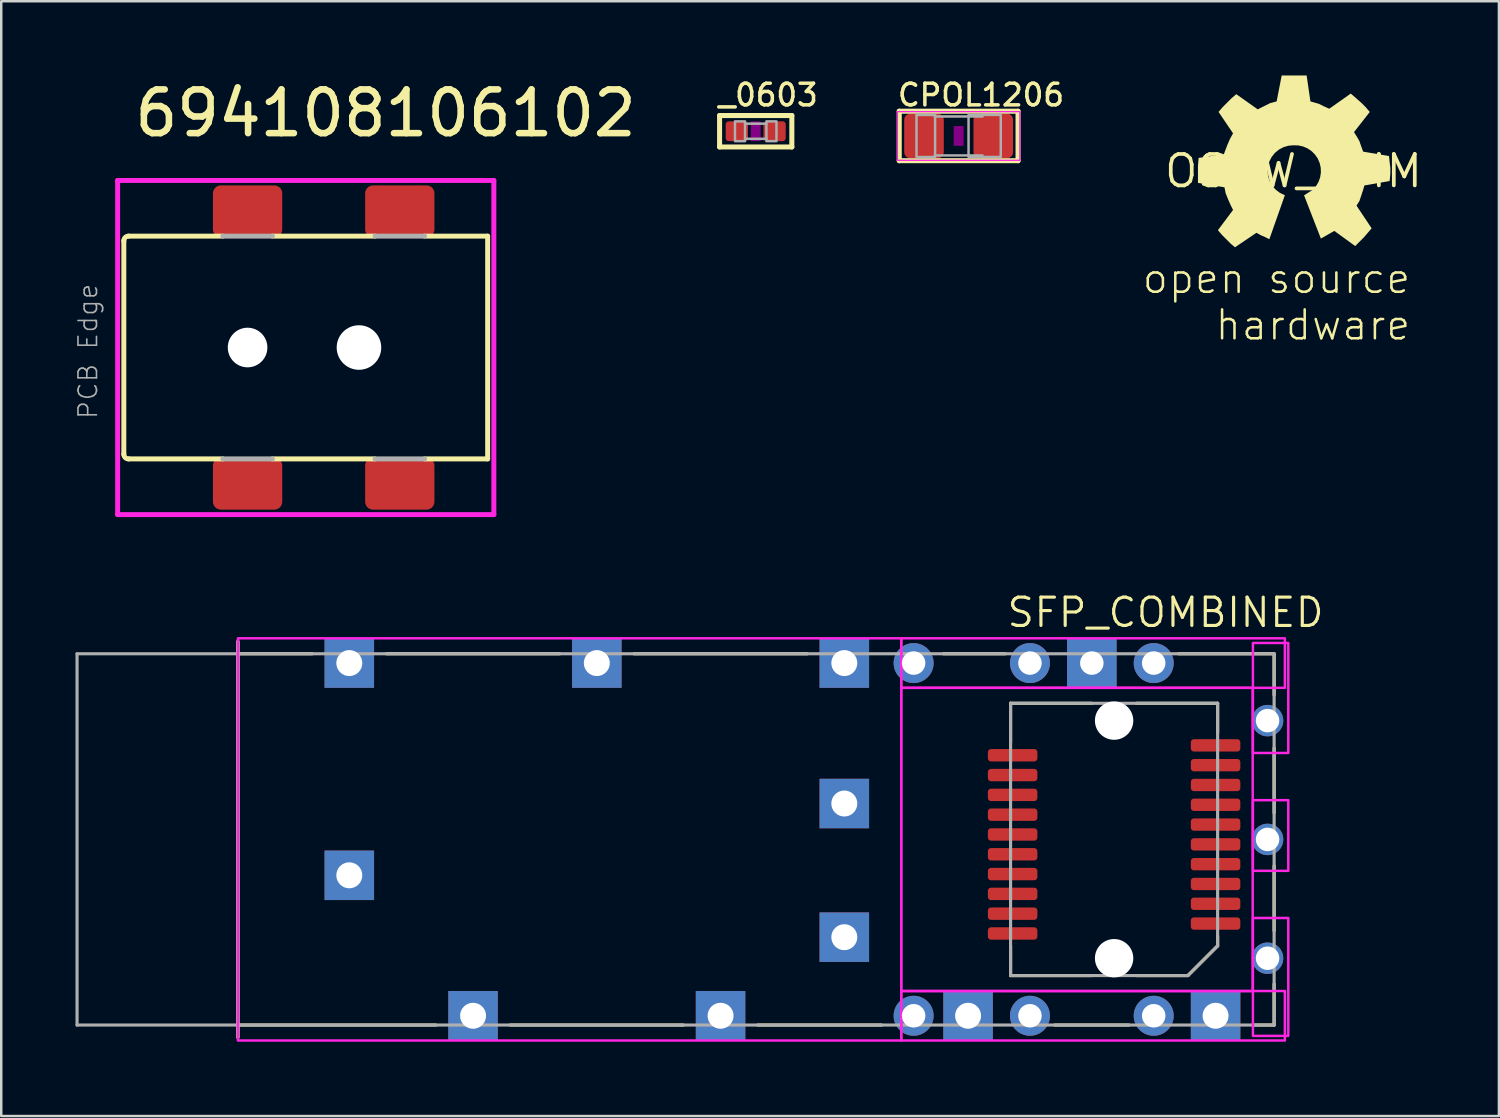
<source format=kicad_pcb>
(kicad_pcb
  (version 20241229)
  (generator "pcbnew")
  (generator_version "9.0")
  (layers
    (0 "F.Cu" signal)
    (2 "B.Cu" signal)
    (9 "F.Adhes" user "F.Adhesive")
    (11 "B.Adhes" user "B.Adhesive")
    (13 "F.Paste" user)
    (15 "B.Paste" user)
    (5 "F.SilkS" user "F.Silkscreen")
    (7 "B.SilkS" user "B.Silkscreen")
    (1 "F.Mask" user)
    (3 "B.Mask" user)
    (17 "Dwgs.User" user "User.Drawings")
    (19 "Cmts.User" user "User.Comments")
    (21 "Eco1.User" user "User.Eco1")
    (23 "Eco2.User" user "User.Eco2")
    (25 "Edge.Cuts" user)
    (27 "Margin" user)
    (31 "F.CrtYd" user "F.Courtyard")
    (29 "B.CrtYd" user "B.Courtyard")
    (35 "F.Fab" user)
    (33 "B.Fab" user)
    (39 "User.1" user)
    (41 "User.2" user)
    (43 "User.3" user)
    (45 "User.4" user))
  (footprint "OSHW_8MM"
    (layer "F.Cu")
    (at 49.212 3.861)
    (property "Reference" "OSHW_8MM" (at 0 0 0) (layer "F.SilkS") (effects (font (size 1.27 1.27) (thickness 0.15))))
    (fp_poly (pts (xy 0.683 -2.814) (xy 0.845 -2.768) (xy 1.025 -2.716) (xy 1.23 -2.614) (xy 1.445 -2.518) (xy 2.313 -3.131) (xy 2.531 -2.94) (xy 2.735 -2.762) (xy 2.914 -2.583) (xy 3.081 -2.388) (xy 2.444 -1.573) (xy 2.562 -1.385) (xy 2.665 -1.204) (xy 2.716 -1.05) (xy 2.813 -0.785) (xy 3.859 -0.606) (xy 3.886 -0.333) (xy 3.912 -0.129) (xy 3.912 0.103) (xy 3.884 0.403) (xy 2.865 0.581) (xy 2.818 0.744) (xy 2.742 0.973) (xy 2.665 1.205) (xy 2.545 1.397) (xy 3.156 2.313) (xy 2.991 2.506) (xy 2.838 2.684) (xy 2.685 2.837) (xy 2.492 3.031) (xy 1.649 2.418) (xy 1.486 2.511) (xy 1.308 2.613) (xy 1.105 2.729) (xy 0.426 0.98) (xy 0.779 0.757) (xy 0.908 0.611) (xy 1.008 0.443) (xy 1.075 0.258) (xy 1.106 0.065) (xy 1.1 -0.131) (xy 1.057 -0.323) (xy 0.98 -0.503) (xy 0.869 -0.665) (xy 0.731 -0.804) (xy 0.569 -0.914) (xy 0.389 -0.992) (xy 0.198 -1.035) (xy 0.001 -1.041) (xy -0.207 -1.023) (xy -0.405 -0.965) (xy -0.588 -0.868) (xy -0.748 -0.737) (xy -0.879 -0.576) (xy -0.975 -0.393) (xy -1.033 -0.194) (xy -1.05 0.012) (xy -1.026 0.218) (xy -0.962 0.415) (xy -0.859 0.594) (xy -0.723 0.75) (xy -0.558 0.876) (xy -0.347 0.979) (xy -0.358 1) (xy -0.976 2.753) (xy -1.154 2.665) (xy -1.332 2.588) (xy -1.497 2.494) (xy -2.364 3.08) (xy -2.532 2.94) (xy -2.71 2.761) (xy -2.889 2.583) (xy -3.055 2.389) (xy -2.443 1.572) (xy -2.538 1.382) (xy -2.64 1.153) (xy -2.742 0.896) (xy -2.79 0.657) (xy -3.861 0.479) (xy -3.861 -0.204) (xy -3.834 -0.53) (xy -2.813 -0.683) (xy -2.742 -0.873) (xy -2.665 -1.076) (xy -2.563 -1.307) (xy -2.443 -1.523) (xy -3.029 -2.389) (xy -2.863 -2.583) (xy -2.685 -2.761) (xy -2.506 -2.94) (xy -2.313 -3.106) (xy -1.446 -2.493) (xy -1.154 -2.639) (xy -0.949 -2.742) (xy -0.682 -2.814) (xy -0.478 -3.861) (xy 0.53 -3.861)) (stroke (width 0) (type default)) (fill yes) (layer "F.SilkS"))
    (fp_text user "open source\n  hardware" (at 4.801 3.658 0) (unlocked yes) (layer "F.SilkS") (effects (font (size 1.168 1.168) (thickness 0.102)) (justify right top))))
  (footprint "_0603"
    (layer "F.Cu")
    (at 27.483 2.253)
    (property "Reference" "_0603" (at -1.587 -0.953 0) (unlocked yes) (layer "F.SilkS") (effects (font (size 0.874 0.874) (thickness 0.142)) (justify left bottom)))
    (fp_line (start -1.46 -0.635) (end 1.46 -0.635) (stroke (width 0.203) (type solid)) (layer "F.SilkS"))
    (fp_line (start -1.46 0.635) (end -1.46 -0.635) (stroke (width 0.203) (type solid)) (layer "F.SilkS"))
    (fp_line (start 1.46 -0.635) (end 1.46 0.635) (stroke (width 0.203) (type solid)) (layer "F.SilkS"))
    (fp_line (start 1.46 0.635) (end -1.46 0.635) (stroke (width 0.203) (type solid)) (layer "F.SilkS"))
    (fp_poly (pts (xy -0.2 0.4) (xy 0.2 0.4) (xy 0.2 -0.4) (xy -0.2 -0.4)) (stroke (width 0) (type default)) (fill yes) (layer "F.Adhes"))
    (fp_poly (pts (xy -0.318 0) (xy -0.603 0.381) (xy -1.175 0.381) (xy -1.175 -0.381) (xy -0.603 -0.381)) (stroke (width 0) (type default)) (fill yes) (layer "F.Paste"))
    (fp_poly (pts (xy 1.175 0.381) (xy 0.603 0.381) (xy 0.318 0) (xy 0.603 -0.381) (xy 1.175 -0.381)) (stroke (width 0) (type default)) (fill yes) (layer "F.Paste"))
    (fp_line (start -0.432 0.306) (end 0.432 0.306) (stroke (width 0.102) (type solid)) (layer "F.Fab"))
    (fp_line (start 0.432 -0.306) (end -0.432 -0.306) (stroke (width 0.102) (type solid)) (layer "F.Fab"))
    (fp_poly (pts (xy -0.838 0.4) (xy -0.432 0.4) (xy -0.432 -0.4) (xy -0.838 -0.4)) (stroke (width 0.1) (type default)) (fill no) (layer "F.Fab"))
    (fp_poly (pts (xy 0.432 0.4) (xy 0.838 0.4) (xy 0.838 -0.4) (xy 0.432 -0.4)) (stroke (width 0.1) (type default)) (fill no) (layer "F.Fab"))
    (pad "1" smd roundrect (at -0.762 0) (size 0.9 0.8) (layers "F.Cu" "F.Mask") (roundrect_rratio 0.15))
    (pad "2" smd roundrect (at 0.762 0) (size 0.9 0.8) (layers "F.Cu" "F.Mask") (roundrect_rratio 0.15)))
  (footprint "CPOL1206"
    (layer "F.Cu")
    (at 35.682 2.443)
    (property "Reference" "CPOL1206" (at -2.54 -1.143 0) (unlocked yes) (layer "F.SilkS") (effects (font (size 0.874 0.874) (thickness 0.142)) (justify left bottom)))
    (fp_line (start -2.4 -1) (end 2.4 -1) (stroke (width 0.203) (type solid)) (layer "F.SilkS"))
    (fp_line (start -2.4 1) (end -2.4 -1) (stroke (width 0.203) (type solid)) (layer "F.SilkS"))
    (fp_line (start 2.4 -1) (end 2.4 1) (stroke (width 0.203) (type solid)) (layer "F.SilkS"))
    (fp_line (start 2.4 1) (end -2.4 1) (stroke (width 0.203) (type solid)) (layer "F.SilkS"))
    (fp_poly (pts (xy -0.2 0.4) (xy 0.2 0.4) (xy 0.2 -0.4) (xy -0.2 -0.4)) (stroke (width 0) (type default)) (fill yes) (layer "F.Adhes"))
    (fp_poly (pts (xy -0.531 0) (xy -1.109 0.867) (xy -2.137 0.867) (xy -2.137 -0.867) (xy -1.109 -0.867)) (stroke (width 0) (type default)) (fill yes) (layer "F.Paste"))
    (fp_poly (pts (xy 2.137 0.867) (xy 1.109 0.867) (xy 0.531 0) (xy 1.109 -0.867) (xy 2.137 -0.867)) (stroke (width 0) (type default)) (fill yes) (layer "F.Paste"))
    (fp_line (start -2.473 -0.983) (end 2.473 -0.983) (stroke (width 0.051) (type solid)) (layer "F.CrtYd"))
    (fp_line (start -2.473 0.983) (end -2.473 -0.983) (stroke (width 0.051) (type solid)) (layer "F.CrtYd"))
    (fp_line (start 2.473 -0.983) (end 2.473 0.983) (stroke (width 0.051) (type solid)) (layer "F.CrtYd"))
    (fp_line (start 2.473 0.983) (end -2.473 0.983) (stroke (width 0.051) (type solid)) (layer "F.CrtYd"))
    (fp_line (start -0.965 -0.787) (end 0.965 -0.787) (stroke (width 0.102) (type solid)) (layer "F.Fab"))
    (fp_line (start -0.965 0.787) (end 0.965 0.787) (stroke (width 0.102) (type solid)) (layer "F.Fab"))
    (fp_poly (pts (xy -1.702 0.851) (xy -0.952 0.851) (xy -0.952 -0.849) (xy -1.702 -0.849)) (stroke (width 0.1) (type default)) (fill no) (layer "F.Fab"))
    (fp_poly (pts (xy 0.4 0.849) (xy 1.702 0.849) (xy 1.702 -0.851) (xy 0.4 -0.851)) (stroke (width 0.1) (type default)) (fill no) (layer "F.Fab"))
    (pad "+" smd roundrect (at 1.4 0) (size 1.6 1.8) (layers "F.Cu" "F.Mask") (roundrect_rratio 0.15))
    (pad "-" smd roundrect (at -1.4 0) (size 1.6 1.8) (layers "F.Cu" "F.Mask") (roundrect_rratio 0.15)))
  (footprint "SFP_COMBINED"
    (layer "F.Cu")
    (at 41.063 30.865)
    (property "Reference" "SFP_COMBINED" (at -3.5 -8.5 0) (unlocked yes) (layer "F.SilkS") (effects (font (size 1.143 1.143) (thickness 0.127)) (justify left bottom)))
    (fp_line (start -34.5 -8) (end -34.5 8) (stroke (width 0.127) (type solid)) (layer "F.SilkS"))
    (fp_line (start -34.5 7.5) (end -26.5 7.5) (stroke (width 0.127) (type solid)) (layer "F.SilkS"))
    (fp_line (start -31.5 -7.5) (end -34.5 -7.5) (stroke (width 0.127) (type solid)) (layer "F.SilkS"))
    (fp_line (start -23.5 7.5) (end -16.5 7.5) (stroke (width 0.127) (type solid)) (layer "F.SilkS"))
    (fp_line (start -21.5 -7.5) (end -28.5 -7.5) (stroke (width 0.127) (type solid)) (layer "F.SilkS"))
    (fp_line (start -13.5 7.5) (end -8.5 7.5) (stroke (width 0.127) (type solid)) (layer "F.SilkS"))
    (fp_line (start -11.5 -7.5) (end -18.5 -7.5) (stroke (width 0.127) (type solid)) (layer "F.SilkS"))
    (fp_line (start -3.5 -7.5) (end -6 -7.5) (stroke (width 0.127) (type solid)) (layer "F.SilkS"))
    (fp_line (start -3.283 -5.5) (end 0 -5.5) (stroke (width 0.127) (type solid)) (layer "F.SilkS"))
    (fp_line (start -3.283 -3.9) (end -3.283 -5.5) (stroke (width 0.127) (type solid)) (layer "F.SilkS"))
    (fp_line (start -3.283 4.3) (end -3.283 5.5) (stroke (width 0.127) (type solid)) (layer "F.SilkS"))
    (fp_line (start -3.283 5.5) (end 0 5.5) (stroke (width 0.127) (type solid)) (layer "F.SilkS"))
    (fp_line (start -1.5 7.5) (end 1.5 7.5) (stroke (width 0.127) (type solid)) (layer "F.SilkS"))
    (fp_line (start 1.8 -5.5) (end 5.082 -5.5) (stroke (width 0.127) (type solid)) (layer "F.SilkS"))
    (fp_line (start 1.8 5.5) (end 3.882 5.5) (stroke (width 0.127) (type solid)) (layer "F.SilkS"))
    (fp_line (start 3.882 5.5) (end 5.082 4.3) (stroke (width 0.127) (type solid)) (layer "F.SilkS"))
    (fp_line (start 5.082 -5.5) (end 5.082 -4.3) (stroke (width 0.127) (type solid)) (layer "F.SilkS"))
    (fp_line (start 5.082 4.3) (end 5.082 3.9) (stroke (width 0.127) (type solid)) (layer "F.SilkS"))
    (fp_line (start 6.5 7.5) (end 7.365 7.5) (stroke (width 0.127) (type solid)) (layer "F.SilkS"))
    (fp_line (start 7.365 -7.5) (end 3.5 -7.5) (stroke (width 0.127) (type solid)) (layer "F.SilkS"))
    (fp_line (start 7.365 -5.835) (end 7.365 -7.5) (stroke (width 0.127) (type solid)) (layer "F.SilkS"))
    (fp_line (start 7.365 -1.073) (end 7.365 -3.69) (stroke (width 0.127) (type solid)) (layer "F.SilkS"))
    (fp_line (start 7.365 3.69) (end 7.365 1.073) (stroke (width 0.127) (type solid)) (layer "F.SilkS"))
    (fp_line (start 7.365 7.5) (end 7.365 5.835) (stroke (width 0.127) (type solid)) (layer "F.SilkS"))
    (fp_poly (pts (xy -34.5 8.125) (xy -7.7 8.125) (xy -7.7 -8.125) (xy -34.5 -8.125)) (stroke (width 0.1) (type default)) (fill no) (layer "F.CrtYd"))
    (fp_poly (pts (xy -7.7 -6.125) (xy 7.8 -6.125) (xy 7.8 -8.125) (xy -7.7 -8.125)) (stroke (width 0.1) (type default)) (fill no) (layer "F.CrtYd"))
    (fp_poly (pts (xy -7.7 6.125) (xy 6.5 6.125) (xy 6.5 -6.125) (xy -7.7 -6.125)) (stroke (width 0.1) (type default)) (fill no) (layer "F.CrtYd"))
    (fp_poly (pts (xy -7.7 8.125) (xy 7.8 8.125) (xy 7.8 6.125) (xy -7.7 6.125)) (stroke (width 0.1) (type default)) (fill no) (layer "F.CrtYd"))
    (fp_poly (pts (xy 6.509 -3.493) (xy 7.938 -3.493) (xy 7.938 -7.938) (xy 6.509 -7.938)) (stroke (width 0.1) (type default)) (fill no) (layer "F.CrtYd"))
    (fp_poly (pts (xy 6.509 1.27) (xy 7.938 1.27) (xy 7.938 -1.587) (xy 6.509 -1.587)) (stroke (width 0.1) (type default)) (fill no) (layer "F.CrtYd"))
    (fp_poly (pts (xy 6.509 7.938) (xy 7.938 7.938) (xy 7.938 3.175) (xy 6.509 3.175)) (stroke (width 0.1) (type default)) (fill no) (layer "F.CrtYd"))
    (fp_line (start -41 -7.5) (end -41 7.5) (stroke (width 0.127) (type solid)) (layer "F.Fab"))
    (fp_line (start -41 7.5) (end 7.365 7.5) (stroke (width 0.127) (type solid)) (layer "F.Fab"))
    (fp_line (start -34.5 -8) (end -34.5 8) (stroke (width 0.127) (type solid)) (layer "F.Fab"))
    (fp_line (start -3.283 -5.5) (end -3.283 5.5) (stroke (width 0.127) (type solid)) (layer "F.Fab"))
    (fp_line (start -3.283 -5.5) (end 5.082 -5.5) (stroke (width 0.127) (type solid)) (layer "F.Fab"))
    (fp_line (start -3.283 5.5) (end 3.882 5.5) (stroke (width 0.127) (type solid)) (layer "F.Fab"))
    (fp_line (start 5.082 -5.5) (end 5.082 4.3) (stroke (width 0.127) (type solid)) (layer "F.Fab"))
    (fp_line (start 5.082 4.3) (end 3.882 5.5) (stroke (width 0.127) (type solid)) (layer "F.Fab"))
    (fp_line (start 7.365 -7.5) (end -41 -7.5) (stroke (width 0.127) (type solid)) (layer "F.Fab"))
    (fp_line (start 7.365 7.5) (end 7.365 -7.5) (stroke (width 0.127) (type solid)) (layer "F.Fab"))
    (pad "" np_thru_hole circle (at 0.9 -4.8) (size 1.55 1.55) (drill 1.55) (layers "*.Cu" "*.Mask"))
    (pad "" np_thru_hole circle (at 0.9 4.8) (size 1.55 1.55) (drill 1.55) (layers "*.Cu" "*.Mask"))
    (pad "1" smd roundrect (at -3.2 -3.4) (size 2 0.5) (layers "F.Cu" "F.Mask" "F.Paste") (roundrect_rratio 0.25))
    (pad "2" smd roundrect (at -3.2 -2.6) (size 2 0.5) (layers "F.Cu" "F.Mask" "F.Paste") (roundrect_rratio 0.25))
    (pad "3" smd roundrect (at -3.2 -1.8) (size 2 0.5) (layers "F.Cu" "F.Mask" "F.Paste") (roundrect_rratio 0.25))
    (pad "4" smd roundrect (at -3.2 -1) (size 2 0.5) (layers "F.Cu" "F.Mask" "F.Paste") (roundrect_rratio 0.25))
    (pad "5" smd roundrect (at -3.2 -0.2) (size 2 0.5) (layers "F.Cu" "F.Mask" "F.Paste") (roundrect_rratio 0.25))
    (pad "6" smd roundrect (at -3.2 0.6) (size 2 0.5) (layers "F.Cu" "F.Mask" "F.Paste") (roundrect_rratio 0.25))
    (pad "7" smd roundrect (at -3.2 1.4) (size 2 0.5) (layers "F.Cu" "F.Mask" "F.Paste") (roundrect_rratio 0.25))
    (pad "8" smd roundrect (at -3.2 2.2) (size 2 0.5) (layers "F.Cu" "F.Mask" "F.Paste") (roundrect_rratio 0.25))
    (pad "9" smd roundrect (at -3.2 3) (size 2 0.5) (layers "F.Cu" "F.Mask" "F.Paste") (roundrect_rratio 0.25))
    (pad "10" smd roundrect (at -3.2 3.8) (size 2 0.5) (layers "F.Cu" "F.Mask" "F.Paste") (roundrect_rratio 0.25))
    (pad "11" smd roundrect (at 5 3.4) (size 2 0.5) (layers "F.Cu" "F.Mask" "F.Paste") (roundrect_rratio 0.25))
    (pad "12" smd roundrect (at 5 2.6) (size 2 0.5) (layers "F.Cu" "F.Mask" "F.Paste") (roundrect_rratio 0.25))
    (pad "13" smd roundrect (at 5 1.8) (size 2 0.5) (layers "F.Cu" "F.Mask" "F.Paste") (roundrect_rratio 0.25))
    (pad "14" smd roundrect (at 5 1) (size 2 0.5) (layers "F.Cu" "F.Mask" "F.Paste") (roundrect_rratio 0.25))
    (pad "15" smd roundrect (at 5 0.2) (size 2 0.5) (layers "F.Cu" "F.Mask" "F.Paste") (roundrect_rratio 0.25))
    (pad "16" smd roundrect (at 5 -0.6) (size 2 0.5) (layers "F.Cu" "F.Mask" "F.Paste") (roundrect_rratio 0.25))
    (pad "17" smd roundrect (at 5 -1.4) (size 2 0.5) (layers "F.Cu" "F.Mask" "F.Paste") (roundrect_rratio 0.25))
    (pad "18" smd roundrect (at 5 -2.2) (size 2 0.5) (layers "F.Cu" "F.Mask" "F.Paste") (roundrect_rratio 0.25))
    (pad "19" smd roundrect (at 5 -3) (size 2 0.5) (layers "F.Cu" "F.Mask" "F.Paste") (roundrect_rratio 0.25))
    (pad "20" smd roundrect (at 5 -3.8) (size 2 0.5) (layers "F.Cu" "F.Mask" "F.Paste") (roundrect_rratio 0.25))
    (pad "A1" thru_hole rect (at -30 -7.125) (size 2 2) (drill 1.05) (layers "*.Cu" "*.Mask"))
    (pad "A2" thru_hole rect (at -20 -7.125) (size 2 2) (drill 1.05) (layers "*.Cu" "*.Mask"))
    (pad "A3" thru_hole rect (at -10 -7.125) (size 2 2) (drill 1.05) (layers "*.Cu" "*.Mask"))
    (pad "A4" thru_hole rect (at 0 -7.125) (size 2 2) (drill 0.95) (layers "*.Cu" "*.Mask"))
    (pad "A5" thru_hole rect (at -25 7.125) (size 2 2) (drill 1.05) (layers "*.Cu" "*.Mask"))
    (pad "A6" thru_hole rect (at -15 7.125) (size 2 2) (drill 1.05) (layers "*.Cu" "*.Mask"))
    (pad "A7" thru_hole rect (at -5 7.125) (size 2 2) (drill 1.05) (layers "*.Cu" "*.Mask"))
    (pad "A8" thru_hole rect (at 5 7.125) (size 2 2) (drill 1.05) (layers "*.Cu" "*.Mask"))
    (pad "A10" thru_hole rect (at -30 1.45) (size 2 2) (drill 1.05) (layers "*.Cu" "*.Mask"))
    (pad "A11" thru_hole rect (at -10 -1.45) (size 2 2) (drill 1.05) (layers "*.Cu" "*.Mask"))
    (pad "A12" thru_hole rect (at -10 3.95) (size 2 2) (drill 1.05) (layers "*.Cu" "*.Mask"))
    (pad "B1" thru_hole circle (at -7.2 -7.125) (size 1.615 1.615) (drill 0.95) (layers "*.Cu" "*.Mask"))
    (pad "B2" thru_hole circle (at -2.5 -7.125) (size 1.615 1.615) (drill 0.95) (layers "*.Cu" "*.Mask"))
    (pad "B3" thru_hole circle (at 2.5 -7.125) (size 1.615 1.615) (drill 0.95) (layers "*.Cu" "*.Mask"))
    (pad "B4" thru_hole circle (at 7.1 -4.8) (size 1.27 1.27) (drill 0.95) (layers "*.Cu" "*.Mask"))
    (pad "B5" thru_hole circle (at 7.1 0) (size 1.27 1.27) (drill 0.95) (layers "*.Cu" "*.Mask"))
    (pad "B6" thru_hole circle (at 7.1 4.8) (size 1.27 1.27) (drill 0.95) (layers "*.Cu" "*.Mask"))
    (pad "B7" thru_hole circle (at 2.5 7.125) (size 1.615 1.615) (drill 0.95) (layers "*.Cu" "*.Mask"))
    (pad "B8" thru_hole circle (at -2.5 7.125) (size 1.615 1.615) (drill 0.95) (layers "*.Cu" "*.Mask"))
    (pad "B10" thru_hole circle (at -7.2 7.125) (size 1.615 1.615) (drill 0.95) (layers "*.Cu" "*.Mask"))
    (zone (net_name "") (layer "F.Cu") (hatch edge 0.5) (connect_pads) (min_thickness 0.25) (filled_areas_thickness no) (keepout (tracks not_allowed) (vias not_allowed) (pads not_allowed) (copperpour not_allowed) (footprints allowed)) (placement (enabled no)) (fill) (polygon (pts (xy 37.76 36.297) (xy 40.632 36.297) (xy 40.632 35.172) (xy 37.76 35.172))))
    (zone (net_name "") (layer "F.Cu") (hatch edge 0.5) (connect_pads) (min_thickness 0.25) (filled_areas_thickness no) (keepout (tracks not_allowed) (vias not_allowed) (pads not_allowed) (copperpour not_allowed) (footprints allowed)) (placement (enabled no)) (fill) (polygon (pts (xy 40.632 25.432) (xy 37.76 25.432) (xy 37.76 26.557) (xy 40.632 26.557))))
    (zone (net_name "") (layer "F.Cu") (hatch edge 0.5) (connect_pads) (min_thickness 0.25) (filled_areas_thickness no) (keepout (tracks not_allowed) (vias not_allowed) (pads not_allowed) (copperpour not_allowed) (footprints allowed)) (placement (enabled no)) (fill) (polygon (pts (xy 43.316 36.297) (xy 45.712 36.297) (xy 45.712 35.172) (xy 43.316 35.172))))
    (zone (net_name "") (layer "F.Cu") (hatch edge 0.5) (connect_pads) (min_thickness 0.25) (filled_areas_thickness no) (keepout (tracks not_allowed) (vias not_allowed) (pads not_allowed) (copperpour not_allowed) (footprints allowed)) (placement (enabled no)) (fill) (polygon (pts (xy 46.188 25.432) (xy 43.316 25.432) (xy 43.316 26.557) (xy 46.188 26.557)))))
  (footprint "694108106102"
    (layer "F.Cu")
    (at 1.953 10.991)
    (property "Reference" "694108106102" (at 0.3 -8.431 0) (unlocked yes) (layer "F.SilkS") (effects (font (size 1.768 1.768) (thickness 0.264)) (justify left bottom)))
    (fp_line (start 0 4.31) (end 0 -4.31) (stroke (width 0.2) (type solid)) (layer "F.SilkS"))
    (fp_line (start 0.19 -4.5) (end 4 -4.5) (stroke (width 0.2) (type solid)) (layer "F.SilkS"))
    (fp_line (start 0.19 4.5) (end 4 4.5) (stroke (width 0.2) (type solid)) (layer "F.SilkS"))
    (fp_line (start 6 -4.5) (end 10.15 -4.5) (stroke (width 0.2) (type solid)) (layer "F.SilkS"))
    (fp_line (start 6 4.5) (end 10.15 4.5) (stroke (width 0.2) (type solid)) (layer "F.SilkS"))
    (fp_line (start 12.15 -4.5) (end 14.7 -4.5) (stroke (width 0.2) (type solid)) (layer "F.SilkS"))
    (fp_line (start 12.15 4.5) (end 14.7 4.5) (stroke (width 0.2) (type solid)) (layer "F.SilkS"))
    (fp_line (start 14.7 4.5) (end 14.7 -4.5) (stroke (width 0.2) (type solid)) (layer "F.SilkS"))
    (fp_arc (start 0.000012 -4.29982) (mid 0.054792 -4.444983) (end 0.199859 -4.500018) (stroke (width 0.2) (type solid)) (layer "F.SilkS"))
    (fp_arc (start 0.200187 4.499996) (mid 0.055025 4.445215) (end -0.000009 4.30015) (stroke (width 0.2) (type solid)) (layer "F.SilkS"))
    (fp_line (start -0.25 -6.75) (end -0.25 6.75) (stroke (width 0.2) (type solid)) (layer "F.CrtYd"))
    (fp_line (start -0.25 -6.75) (end 14.95 -6.75) (stroke (width 0.2) (type solid)) (layer "F.CrtYd"))
    (fp_line (start -0.25 6.75) (end 14.95 6.75) (stroke (width 0.2) (type solid)) (layer "F.CrtYd"))
    (fp_line (start 14.95 -6.75) (end 14.95 6.75) (stroke (width 0.2) (type solid)) (layer "F.CrtYd"))
    (fp_line (start 4 -4.5) (end 6 -4.5) (stroke (width 0.2) (type solid)) (layer "F.Fab"))
    (fp_line (start 4 4.5) (end 6 4.5) (stroke (width 0.2) (type solid)) (layer "F.Fab"))
    (fp_line (start 10.15 -4.5) (end 12.15 -4.5) (stroke (width 0.2) (type solid)) (layer "F.Fab"))
    (fp_line (start 10.15 4.5) (end 12.15 4.5) (stroke (width 0.2) (type solid)) (layer "F.Fab"))
    (fp_text user "PCB Edge" (at -1.01 2.94 90) (unlocked yes) (layer "F.Fab") (effects (font (size 0.748 0.748) (thickness 0.065)) (justify left bottom)))
    (pad "" np_thru_hole circle (at 5 0) (size 1.6 1.6) (drill 1.6) (layers "*.Cu" "*.Mask"))
    (pad "" np_thru_hole circle (at 9.5 0) (size 1.8 1.8) (drill 1.8) (layers "*.Cu" "*.Mask"))
    (pad "1" smd roundrect (at 11.15 -5.5) (size 2.8 2.1) (layers "F.Cu" "F.Mask" "F.Paste") (roundrect_rratio 0.15))
    (pad "1-1" smd roundrect (at 5 -5.5) (size 2.8 2.1) (layers "F.Cu" "F.Mask" "F.Paste") (roundrect_rratio 0.15))
    (pad "2" smd roundrect (at 5 5.5) (size 2.8 2.1) (layers "F.Cu" "F.Mask" "F.Paste") (roundrect_rratio 0.15))
    (pad "3" smd roundrect (at 11.15 5.5) (size 2.8 2.1) (layers "F.Cu" "F.Mask" "F.Paste") (roundrect_rratio 0.15)))
  (gr_rect
    (start -3 -3)
    (end 57.511 42.04)
    (stroke (width 0.1) (type default))
    (fill no)
    (layer "Edge.Cuts")))
</source>
